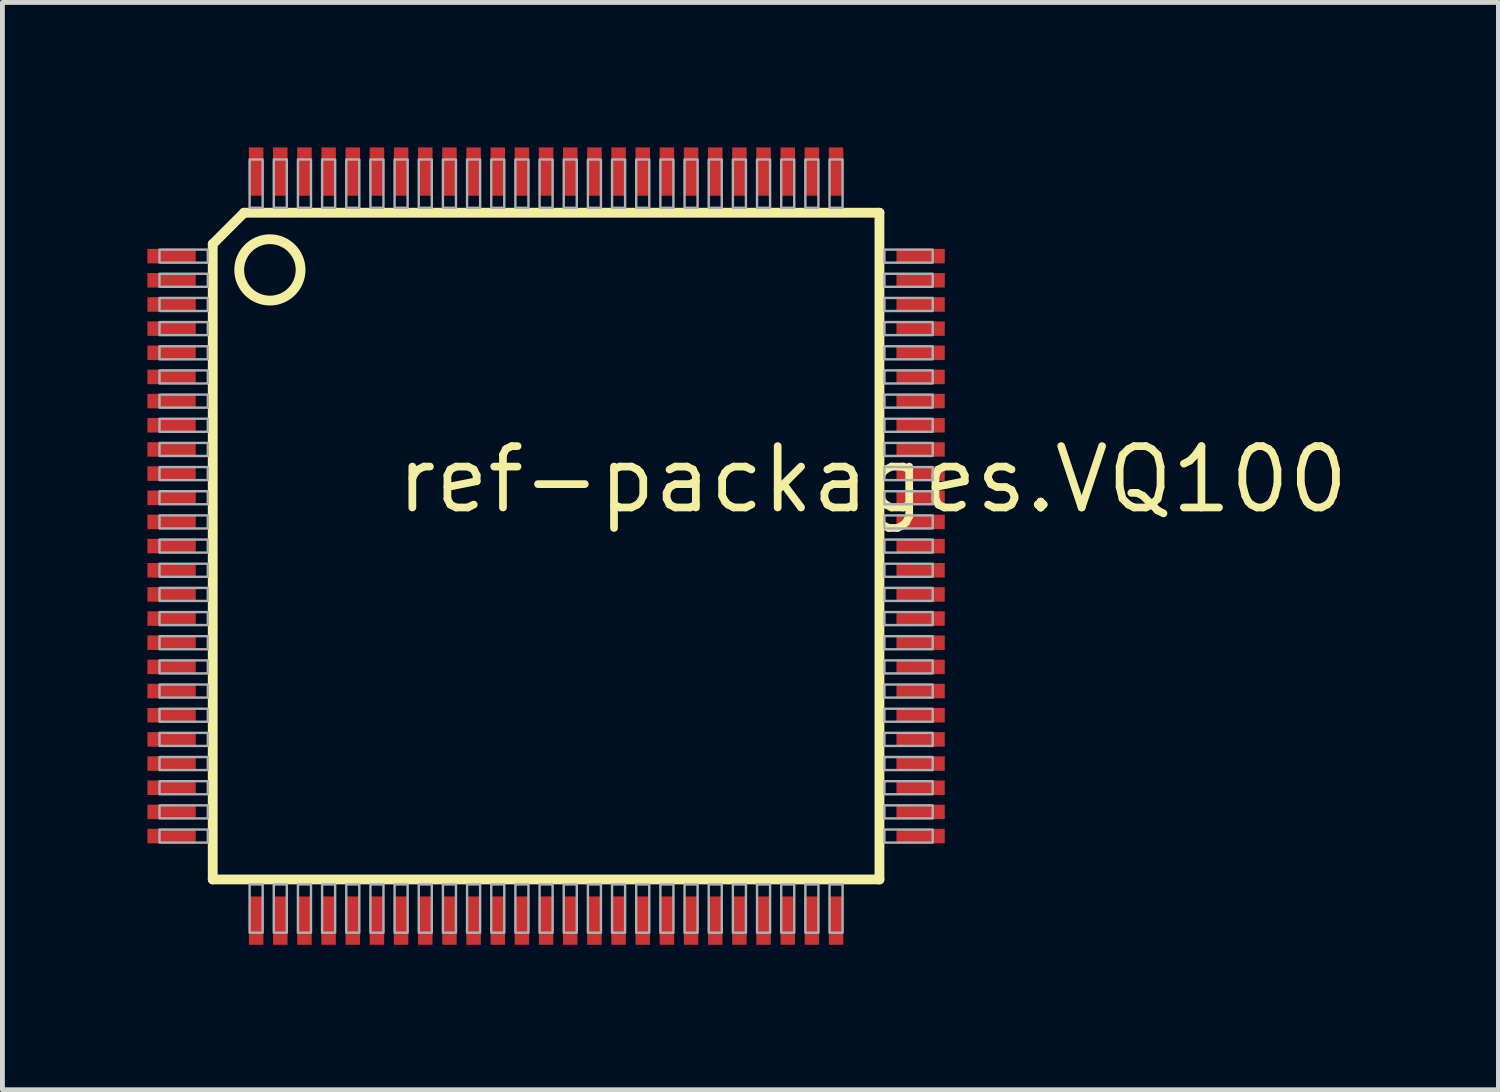
<source format=kicad_pcb>
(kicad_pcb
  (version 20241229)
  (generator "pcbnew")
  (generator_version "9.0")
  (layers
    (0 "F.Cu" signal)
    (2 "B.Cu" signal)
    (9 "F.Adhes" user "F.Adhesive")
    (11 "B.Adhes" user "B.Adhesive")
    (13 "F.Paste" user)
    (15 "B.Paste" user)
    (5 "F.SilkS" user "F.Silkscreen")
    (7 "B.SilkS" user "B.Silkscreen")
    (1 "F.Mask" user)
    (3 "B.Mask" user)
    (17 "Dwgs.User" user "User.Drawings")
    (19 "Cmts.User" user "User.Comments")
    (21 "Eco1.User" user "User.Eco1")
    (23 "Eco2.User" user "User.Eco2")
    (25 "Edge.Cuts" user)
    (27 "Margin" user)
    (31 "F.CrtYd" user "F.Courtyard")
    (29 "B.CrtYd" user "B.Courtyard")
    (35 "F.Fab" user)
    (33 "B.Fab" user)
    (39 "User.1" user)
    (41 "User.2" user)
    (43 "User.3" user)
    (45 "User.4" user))
  (footprint "ref-packages.VQ100"
    (layer "F.Cu")
    (at 8.25 8.25)
    (property "Reference" "ref-packages.VQ100" (at -3.175 -0.635 0) (layer "F.SilkS") (effects (font (size 1.27 1.27) (thickness 0.16)) (justify left bottom)))
    (attr smd)
    (fp_line (start -6.898 -6.25) (end -6.898 6.898) (stroke (width 0.203) (type default)) (layer "F.SilkS"))
    (fp_line (start -6.898 -6.25) (end -6.25 -6.898) (stroke (width 0.203) (type default)) (layer "F.SilkS"))
    (fp_line (start -6.898 6.898) (end 6.898 6.898) (stroke (width 0.203) (type default)) (layer "F.SilkS"))
    (fp_line (start 6.898 -6.898) (end -6.25 -6.898) (stroke (width 0.203) (type default)) (layer "F.SilkS"))
    (fp_line (start 6.898 6.898) (end 6.898 -6.898) (stroke (width 0.203) (type default)) (layer "F.SilkS"))
    (fp_circle (center -5.715 -5.715) (end -5.08 -5.715) (stroke (width 0.203) (type default)) (fill no) (layer "F.SilkS"))
    (fp_rect (start -8 -5.865) (end -7 -6.135) (stroke (width 0.05) (type default)) (fill no) (layer "F.Fab"))
    (fp_rect (start -8 -5.365) (end -7 -5.635) (stroke (width 0.05) (type default)) (fill no) (layer "F.Fab"))
    (fp_rect (start -8 -4.865) (end -7 -5.135) (stroke (width 0.05) (type default)) (fill no) (layer "F.Fab"))
    (fp_rect (start -8 -4.365) (end -7 -4.635) (stroke (width 0.05) (type default)) (fill no) (layer "F.Fab"))
    (fp_rect (start -8 -3.865) (end -7 -4.135) (stroke (width 0.05) (type default)) (fill no) (layer "F.Fab"))
    (fp_rect (start -8 -3.365) (end -7 -3.635) (stroke (width 0.05) (type default)) (fill no) (layer "F.Fab"))
    (fp_rect (start -8 -2.865) (end -7 -3.135) (stroke (width 0.05) (type default)) (fill no) (layer "F.Fab"))
    (fp_rect (start -8 -2.365) (end -7 -2.635) (stroke (width 0.05) (type default)) (fill no) (layer "F.Fab"))
    (fp_rect (start -8 -1.865) (end -7 -2.135) (stroke (width 0.05) (type default)) (fill no) (layer "F.Fab"))
    (fp_rect (start -8 -1.365) (end -7 -1.635) (stroke (width 0.05) (type default)) (fill no) (layer "F.Fab"))
    (fp_rect (start -8 -0.865) (end -7 -1.135) (stroke (width 0.05) (type default)) (fill no) (layer "F.Fab"))
    (fp_rect (start -8 -0.365) (end -7 -0.635) (stroke (width 0.05) (type default)) (fill no) (layer "F.Fab"))
    (fp_rect (start -8 0.135) (end -7 -0.135) (stroke (width 0.05) (type default)) (fill no) (layer "F.Fab"))
    (fp_rect (start -8 0.635) (end -7 0.365) (stroke (width 0.05) (type default)) (fill no) (layer "F.Fab"))
    (fp_rect (start -8 1.135) (end -7 0.865) (stroke (width 0.05) (type default)) (fill no) (layer "F.Fab"))
    (fp_rect (start -8 1.635) (end -7 1.365) (stroke (width 0.05) (type default)) (fill no) (layer "F.Fab"))
    (fp_rect (start -8 2.135) (end -7 1.865) (stroke (width 0.05) (type default)) (fill no) (layer "F.Fab"))
    (fp_rect (start -8 2.635) (end -7 2.365) (stroke (width 0.05) (type default)) (fill no) (layer "F.Fab"))
    (fp_rect (start -8 3.135) (end -7 2.865) (stroke (width 0.05) (type default)) (fill no) (layer "F.Fab"))
    (fp_rect (start -8 3.635) (end -7 3.365) (stroke (width 0.05) (type default)) (fill no) (layer "F.Fab"))
    (fp_rect (start -8 4.135) (end -7 3.865) (stroke (width 0.05) (type default)) (fill no) (layer "F.Fab"))
    (fp_rect (start -8 4.635) (end -7 4.365) (stroke (width 0.05) (type default)) (fill no) (layer "F.Fab"))
    (fp_rect (start -8 5.135) (end -7 4.865) (stroke (width 0.05) (type default)) (fill no) (layer "F.Fab"))
    (fp_rect (start -8 5.635) (end -7 5.365) (stroke (width 0.05) (type default)) (fill no) (layer "F.Fab"))
    (fp_rect (start -8 6.135) (end -7 5.865) (stroke (width 0.05) (type default)) (fill no) (layer "F.Fab"))
    (fp_rect (start -6.135 -7) (end -5.865 -8) (stroke (width 0.05) (type default)) (fill no) (layer "F.Fab"))
    (fp_rect (start -6.135 8) (end -5.865 7) (stroke (width 0.05) (type default)) (fill no) (layer "F.Fab"))
    (fp_rect (start -5.635 -7) (end -5.365 -8) (stroke (width 0.05) (type default)) (fill no) (layer "F.Fab"))
    (fp_rect (start -5.635 8) (end -5.365 7) (stroke (width 0.05) (type default)) (fill no) (layer "F.Fab"))
    (fp_rect (start -5.135 -7) (end -4.865 -8) (stroke (width 0.05) (type default)) (fill no) (layer "F.Fab"))
    (fp_rect (start -5.135 8) (end -4.865 7) (stroke (width 0.05) (type default)) (fill no) (layer "F.Fab"))
    (fp_rect (start -4.635 -7) (end -4.365 -8) (stroke (width 0.05) (type default)) (fill no) (layer "F.Fab"))
    (fp_rect (start -4.635 8) (end -4.365 7) (stroke (width 0.05) (type default)) (fill no) (layer "F.Fab"))
    (fp_rect (start -4.135 -7) (end -3.865 -8) (stroke (width 0.05) (type default)) (fill no) (layer "F.Fab"))
    (fp_rect (start -4.135 8) (end -3.865 7) (stroke (width 0.05) (type default)) (fill no) (layer "F.Fab"))
    (fp_rect (start -3.635 -7) (end -3.365 -8) (stroke (width 0.05) (type default)) (fill no) (layer "F.Fab"))
    (fp_rect (start -3.635 8) (end -3.365 7) (stroke (width 0.05) (type default)) (fill no) (layer "F.Fab"))
    (fp_rect (start -3.135 -7) (end -2.865 -8) (stroke (width 0.05) (type default)) (fill no) (layer "F.Fab"))
    (fp_rect (start -3.135 8) (end -2.865 7) (stroke (width 0.05) (type default)) (fill no) (layer "F.Fab"))
    (fp_rect (start -2.635 -7) (end -2.365 -8) (stroke (width 0.05) (type default)) (fill no) (layer "F.Fab"))
    (fp_rect (start -2.635 8) (end -2.365 7) (stroke (width 0.05) (type default)) (fill no) (layer "F.Fab"))
    (fp_rect (start -2.135 -7) (end -1.865 -8) (stroke (width 0.05) (type default)) (fill no) (layer "F.Fab"))
    (fp_rect (start -2.135 8) (end -1.865 7) (stroke (width 0.05) (type default)) (fill no) (layer "F.Fab"))
    (fp_rect (start -1.635 -7) (end -1.365 -8) (stroke (width 0.05) (type default)) (fill no) (layer "F.Fab"))
    (fp_rect (start -1.635 8) (end -1.365 7) (stroke (width 0.05) (type default)) (fill no) (layer "F.Fab"))
    (fp_rect (start -1.135 -7) (end -0.865 -8) (stroke (width 0.05) (type default)) (fill no) (layer "F.Fab"))
    (fp_rect (start -1.135 8) (end -0.865 7) (stroke (width 0.05) (type default)) (fill no) (layer "F.Fab"))
    (fp_rect (start -0.635 -7) (end -0.365 -8) (stroke (width 0.05) (type default)) (fill no) (layer "F.Fab"))
    (fp_rect (start -0.635 8) (end -0.365 7) (stroke (width 0.05) (type default)) (fill no) (layer "F.Fab"))
    (fp_rect (start -0.135 -7) (end 0.135 -8) (stroke (width 0.05) (type default)) (fill no) (layer "F.Fab"))
    (fp_rect (start -0.135 8) (end 0.135 7) (stroke (width 0.05) (type default)) (fill no) (layer "F.Fab"))
    (fp_rect (start 0.365 -7) (end 0.635 -8) (stroke (width 0.05) (type default)) (fill no) (layer "F.Fab"))
    (fp_rect (start 0.365 8) (end 0.635 7) (stroke (width 0.05) (type default)) (fill no) (layer "F.Fab"))
    (fp_rect (start 0.865 -7) (end 1.135 -8) (stroke (width 0.05) (type default)) (fill no) (layer "F.Fab"))
    (fp_rect (start 0.865 8) (end 1.135 7) (stroke (width 0.05) (type default)) (fill no) (layer "F.Fab"))
    (fp_rect (start 1.365 -7) (end 1.635 -8) (stroke (width 0.05) (type default)) (fill no) (layer "F.Fab"))
    (fp_rect (start 1.365 8) (end 1.635 7) (stroke (width 0.05) (type default)) (fill no) (layer "F.Fab"))
    (fp_rect (start 1.865 -7) (end 2.135 -8) (stroke (width 0.05) (type default)) (fill no) (layer "F.Fab"))
    (fp_rect (start 1.865 8) (end 2.135 7) (stroke (width 0.05) (type default)) (fill no) (layer "F.Fab"))
    (fp_rect (start 2.365 -7) (end 2.635 -8) (stroke (width 0.05) (type default)) (fill no) (layer "F.Fab"))
    (fp_rect (start 2.365 8) (end 2.635 7) (stroke (width 0.05) (type default)) (fill no) (layer "F.Fab"))
    (fp_rect (start 2.865 -7) (end 3.135 -8) (stroke (width 0.05) (type default)) (fill no) (layer "F.Fab"))
    (fp_rect (start 2.865 8) (end 3.135 7) (stroke (width 0.05) (type default)) (fill no) (layer "F.Fab"))
    (fp_rect (start 3.365 -7) (end 3.635 -8) (stroke (width 0.05) (type default)) (fill no) (layer "F.Fab"))
    (fp_rect (start 3.365 8) (end 3.635 7) (stroke (width 0.05) (type default)) (fill no) (layer "F.Fab"))
    (fp_rect (start 3.865 -7) (end 4.135 -8) (stroke (width 0.05) (type default)) (fill no) (layer "F.Fab"))
    (fp_rect (start 3.865 8) (end 4.135 7) (stroke (width 0.05) (type default)) (fill no) (layer "F.Fab"))
    (fp_rect (start 4.365 -7) (end 4.635 -8) (stroke (width 0.05) (type default)) (fill no) (layer "F.Fab"))
    (fp_rect (start 4.365 8) (end 4.635 7) (stroke (width 0.05) (type default)) (fill no) (layer "F.Fab"))
    (fp_rect (start 4.865 -7) (end 5.135 -8) (stroke (width 0.05) (type default)) (fill no) (layer "F.Fab"))
    (fp_rect (start 4.865 8) (end 5.135 7) (stroke (width 0.05) (type default)) (fill no) (layer "F.Fab"))
    (fp_rect (start 5.365 -7) (end 5.635 -8) (stroke (width 0.05) (type default)) (fill no) (layer "F.Fab"))
    (fp_rect (start 5.365 8) (end 5.635 7) (stroke (width 0.05) (type default)) (fill no) (layer "F.Fab"))
    (fp_rect (start 5.865 -7) (end 6.135 -8) (stroke (width 0.05) (type default)) (fill no) (layer "F.Fab"))
    (fp_rect (start 5.865 8) (end 6.135 7) (stroke (width 0.05) (type default)) (fill no) (layer "F.Fab"))
    (fp_rect (start 7 -5.865) (end 8 -6.135) (stroke (width 0.05) (type default)) (fill no) (layer "F.Fab"))
    (fp_rect (start 7 -5.365) (end 8 -5.635) (stroke (width 0.05) (type default)) (fill no) (layer "F.Fab"))
    (fp_rect (start 7 -4.865) (end 8 -5.135) (stroke (width 0.05) (type default)) (fill no) (layer "F.Fab"))
    (fp_rect (start 7 -4.365) (end 8 -4.635) (stroke (width 0.05) (type default)) (fill no) (layer "F.Fab"))
    (fp_rect (start 7 -3.865) (end 8 -4.135) (stroke (width 0.05) (type default)) (fill no) (layer "F.Fab"))
    (fp_rect (start 7 -3.365) (end 8 -3.635) (stroke (width 0.05) (type default)) (fill no) (layer "F.Fab"))
    (fp_rect (start 7 -2.865) (end 8 -3.135) (stroke (width 0.05) (type default)) (fill no) (layer "F.Fab"))
    (fp_rect (start 7 -2.365) (end 8 -2.635) (stroke (width 0.05) (type default)) (fill no) (layer "F.Fab"))
    (fp_rect (start 7 -1.865) (end 8 -2.135) (stroke (width 0.05) (type default)) (fill no) (layer "F.Fab"))
    (fp_rect (start 7 -1.365) (end 8 -1.635) (stroke (width 0.05) (type default)) (fill no) (layer "F.Fab"))
    (fp_rect (start 7 -0.865) (end 8 -1.135) (stroke (width 0.05) (type default)) (fill no) (layer "F.Fab"))
    (fp_rect (start 7 -0.365) (end 8 -0.635) (stroke (width 0.05) (type default)) (fill no) (layer "F.Fab"))
    (fp_rect (start 7 0.135) (end 8 -0.135) (stroke (width 0.05) (type default)) (fill no) (layer "F.Fab"))
    (fp_rect (start 7 0.635) (end 8 0.365) (stroke (width 0.05) (type default)) (fill no) (layer "F.Fab"))
    (fp_rect (start 7 1.135) (end 8 0.865) (stroke (width 0.05) (type default)) (fill no) (layer "F.Fab"))
    (fp_rect (start 7 1.635) (end 8 1.365) (stroke (width 0.05) (type default)) (fill no) (layer "F.Fab"))
    (fp_rect (start 7 2.135) (end 8 1.865) (stroke (width 0.05) (type default)) (fill no) (layer "F.Fab"))
    (fp_rect (start 7 2.635) (end 8 2.365) (stroke (width 0.05) (type default)) (fill no) (layer "F.Fab"))
    (fp_rect (start 7 3.135) (end 8 2.865) (stroke (width 0.05) (type default)) (fill no) (layer "F.Fab"))
    (fp_rect (start 7 3.635) (end 8 3.365) (stroke (width 0.05) (type default)) (fill no) (layer "F.Fab"))
    (fp_rect (start 7 4.135) (end 8 3.865) (stroke (width 0.05) (type default)) (fill no) (layer "F.Fab"))
    (fp_rect (start 7 4.635) (end 8 4.365) (stroke (width 0.05) (type default)) (fill no) (layer "F.Fab"))
    (fp_rect (start 7 5.135) (end 8 4.865) (stroke (width 0.05) (type default)) (fill no) (layer "F.Fab"))
    (fp_rect (start 7 5.635) (end 8 5.365) (stroke (width 0.05) (type default)) (fill no) (layer "F.Fab"))
    (fp_rect (start 7 6.135) (end 8 5.865) (stroke (width 0.05) (type default)) (fill no) (layer "F.Fab"))
    (pad "1" smd roundrect (at -7.75 -6) (size 1 0.3) (layers "F.Cu" "F.Mask" "F.Paste") (roundrect_rratio 0.01))
    (pad "2" smd roundrect (at -7.75 -5.5) (size 1 0.3) (layers "F.Cu" "F.Mask" "F.Paste") (roundrect_rratio 0.01))
    (pad "3" smd roundrect (at -7.75 -5) (size 1 0.3) (layers "F.Cu" "F.Mask" "F.Paste") (roundrect_rratio 0.01))
    (pad "4" smd roundrect (at -7.75 -4.5) (size 1 0.3) (layers "F.Cu" "F.Mask" "F.Paste") (roundrect_rratio 0.01))
    (pad "5" smd roundrect (at -7.75 -4) (size 1 0.3) (layers "F.Cu" "F.Mask" "F.Paste") (roundrect_rratio 0.01))
    (pad "6" smd roundrect (at -7.75 -3.5) (size 1 0.3) (layers "F.Cu" "F.Mask" "F.Paste") (roundrect_rratio 0.01))
    (pad "7" smd roundrect (at -7.75 -3) (size 1 0.3) (layers "F.Cu" "F.Mask" "F.Paste") (roundrect_rratio 0.01))
    (pad "8" smd roundrect (at -7.75 -2.5) (size 1 0.3) (layers "F.Cu" "F.Mask" "F.Paste") (roundrect_rratio 0.01))
    (pad "9" smd roundrect (at -7.75 -2) (size 1 0.3) (layers "F.Cu" "F.Mask" "F.Paste") (roundrect_rratio 0.01))
    (pad "10" smd roundrect (at -7.75 -1.5) (size 1 0.3) (layers "F.Cu" "F.Mask" "F.Paste") (roundrect_rratio 0.01))
    (pad "11" smd roundrect (at -7.75 -1) (size 1 0.3) (layers "F.Cu" "F.Mask" "F.Paste") (roundrect_rratio 0.01))
    (pad "12" smd roundrect (at -7.75 -0.5) (size 1 0.3) (layers "F.Cu" "F.Mask" "F.Paste") (roundrect_rratio 0.01))
    (pad "13" smd roundrect (at -7.75 0) (size 1 0.3) (layers "F.Cu" "F.Mask" "F.Paste") (roundrect_rratio 0.01))
    (pad "14" smd roundrect (at -7.75 0.5) (size 1 0.3) (layers "F.Cu" "F.Mask" "F.Paste") (roundrect_rratio 0.01))
    (pad "15" smd roundrect (at -7.75 1) (size 1 0.3) (layers "F.Cu" "F.Mask" "F.Paste") (roundrect_rratio 0.01))
    (pad "16" smd roundrect (at -7.75 1.5) (size 1 0.3) (layers "F.Cu" "F.Mask" "F.Paste") (roundrect_rratio 0.01))
    (pad "17" smd roundrect (at -7.75 2) (size 1 0.3) (layers "F.Cu" "F.Mask" "F.Paste") (roundrect_rratio 0.01))
    (pad "18" smd roundrect (at -7.75 2.5) (size 1 0.3) (layers "F.Cu" "F.Mask" "F.Paste") (roundrect_rratio 0.01))
    (pad "19" smd roundrect (at -7.75 3) (size 1 0.3) (layers "F.Cu" "F.Mask" "F.Paste") (roundrect_rratio 0.01))
    (pad "20" smd roundrect (at -7.75 3.5) (size 1 0.3) (layers "F.Cu" "F.Mask" "F.Paste") (roundrect_rratio 0.01))
    (pad "21" smd roundrect (at -7.75 4) (size 1 0.3) (layers "F.Cu" "F.Mask" "F.Paste") (roundrect_rratio 0.01))
    (pad "22" smd roundrect (at -7.75 4.5) (size 1 0.3) (layers "F.Cu" "F.Mask" "F.Paste") (roundrect_rratio 0.01))
    (pad "23" smd roundrect (at -7.75 5) (size 1 0.3) (layers "F.Cu" "F.Mask" "F.Paste") (roundrect_rratio 0.01))
    (pad "24" smd roundrect (at -7.75 5.5) (size 1 0.3) (layers "F.Cu" "F.Mask" "F.Paste") (roundrect_rratio 0.01))
    (pad "25" smd roundrect (at -7.75 6) (size 1 0.3) (layers "F.Cu" "F.Mask" "F.Paste") (roundrect_rratio 0.01))
    (pad "26" smd roundrect (at -6 7.75) (size 0.3 1) (layers "F.Cu" "F.Mask" "F.Paste") (roundrect_rratio 0.01))
    (pad "27" smd roundrect (at -5.5 7.75) (size 0.3 1) (layers "F.Cu" "F.Mask" "F.Paste") (roundrect_rratio 0.01))
    (pad "28" smd roundrect (at -5 7.75) (size 0.3 1) (layers "F.Cu" "F.Mask" "F.Paste") (roundrect_rratio 0.01))
    (pad "29" smd roundrect (at -4.5 7.75) (size 0.3 1) (layers "F.Cu" "F.Mask" "F.Paste") (roundrect_rratio 0.01))
    (pad "30" smd roundrect (at -4 7.75) (size 0.3 1) (layers "F.Cu" "F.Mask" "F.Paste") (roundrect_rratio 0.01))
    (pad "31" smd roundrect (at -3.5 7.75) (size 0.3 1) (layers "F.Cu" "F.Mask" "F.Paste") (roundrect_rratio 0.01))
    (pad "32" smd roundrect (at -3 7.75) (size 0.3 1) (layers "F.Cu" "F.Mask" "F.Paste") (roundrect_rratio 0.01))
    (pad "33" smd roundrect (at -2.5 7.75) (size 0.3 1) (layers "F.Cu" "F.Mask" "F.Paste") (roundrect_rratio 0.01))
    (pad "34" smd roundrect (at -2 7.75) (size 0.3 1) (layers "F.Cu" "F.Mask" "F.Paste") (roundrect_rratio 0.01))
    (pad "35" smd roundrect (at -1.5 7.75) (size 0.3 1) (layers "F.Cu" "F.Mask" "F.Paste") (roundrect_rratio 0.01))
    (pad "36" smd roundrect (at -1 7.75) (size 0.3 1) (layers "F.Cu" "F.Mask" "F.Paste") (roundrect_rratio 0.01))
    (pad "37" smd roundrect (at -0.5 7.75) (size 0.3 1) (layers "F.Cu" "F.Mask" "F.Paste") (roundrect_rratio 0.01))
    (pad "38" smd roundrect (at 0 7.75) (size 0.3 1) (layers "F.Cu" "F.Mask" "F.Paste") (roundrect_rratio 0.01))
    (pad "39" smd roundrect (at 0.5 7.75) (size 0.3 1) (layers "F.Cu" "F.Mask" "F.Paste") (roundrect_rratio 0.01))
    (pad "40" smd roundrect (at 1 7.75) (size 0.3 1) (layers "F.Cu" "F.Mask" "F.Paste") (roundrect_rratio 0.01))
    (pad "41" smd roundrect (at 1.5 7.75) (size 0.3 1) (layers "F.Cu" "F.Mask" "F.Paste") (roundrect_rratio 0.01))
    (pad "42" smd roundrect (at 2 7.75) (size 0.3 1) (layers "F.Cu" "F.Mask" "F.Paste") (roundrect_rratio 0.01))
    (pad "43" smd roundrect (at 2.5 7.75) (size 0.3 1) (layers "F.Cu" "F.Mask" "F.Paste") (roundrect_rratio 0.01))
    (pad "44" smd roundrect (at 3 7.75) (size 0.3 1) (layers "F.Cu" "F.Mask" "F.Paste") (roundrect_rratio 0.01))
    (pad "45" smd roundrect (at 3.5 7.75) (size 0.3 1) (layers "F.Cu" "F.Mask" "F.Paste") (roundrect_rratio 0.01))
    (pad "46" smd roundrect (at 4 7.75) (size 0.3 1) (layers "F.Cu" "F.Mask" "F.Paste") (roundrect_rratio 0.01))
    (pad "47" smd roundrect (at 4.5 7.75) (size 0.3 1) (layers "F.Cu" "F.Mask" "F.Paste") (roundrect_rratio 0.01))
    (pad "48" smd roundrect (at 5 7.75) (size 0.3 1) (layers "F.Cu" "F.Mask" "F.Paste") (roundrect_rratio 0.01))
    (pad "49" smd roundrect (at 5.5 7.75) (size 0.3 1) (layers "F.Cu" "F.Mask" "F.Paste") (roundrect_rratio 0.01))
    (pad "50" smd roundrect (at 6 7.75) (size 0.3 1) (layers "F.Cu" "F.Mask" "F.Paste") (roundrect_rratio 0.01))
    (pad "51" smd roundrect (at 7.75 6) (size 1 0.3) (layers "F.Cu" "F.Mask" "F.Paste") (roundrect_rratio 0.01))
    (pad "52" smd roundrect (at 7.75 5.5) (size 1 0.3) (layers "F.Cu" "F.Mask" "F.Paste") (roundrect_rratio 0.01))
    (pad "53" smd roundrect (at 7.75 5) (size 1 0.3) (layers "F.Cu" "F.Mask" "F.Paste") (roundrect_rratio 0.01))
    (pad "54" smd roundrect (at 7.75 4.5) (size 1 0.3) (layers "F.Cu" "F.Mask" "F.Paste") (roundrect_rratio 0.01))
    (pad "55" smd roundrect (at 7.75 4) (size 1 0.3) (layers "F.Cu" "F.Mask" "F.Paste") (roundrect_rratio 0.01))
    (pad "56" smd roundrect (at 7.75 3.5) (size 1 0.3) (layers "F.Cu" "F.Mask" "F.Paste") (roundrect_rratio 0.01))
    (pad "57" smd roundrect (at 7.75 3) (size 1 0.3) (layers "F.Cu" "F.Mask" "F.Paste") (roundrect_rratio 0.01))
    (pad "58" smd roundrect (at 7.75 2.5) (size 1 0.3) (layers "F.Cu" "F.Mask" "F.Paste") (roundrect_rratio 0.01))
    (pad "59" smd roundrect (at 7.75 2) (size 1 0.3) (layers "F.Cu" "F.Mask" "F.Paste") (roundrect_rratio 0.01))
    (pad "60" smd roundrect (at 7.75 1.5) (size 1 0.3) (layers "F.Cu" "F.Mask" "F.Paste") (roundrect_rratio 0.01))
    (pad "61" smd roundrect (at 7.75 1) (size 1 0.3) (layers "F.Cu" "F.Mask" "F.Paste") (roundrect_rratio 0.01))
    (pad "62" smd roundrect (at 7.75 0.5) (size 1 0.3) (layers "F.Cu" "F.Mask" "F.Paste") (roundrect_rratio 0.01))
    (pad "63" smd roundrect (at 7.75 0) (size 1 0.3) (layers "F.Cu" "F.Mask" "F.Paste") (roundrect_rratio 0.01))
    (pad "64" smd roundrect (at 7.75 -0.5) (size 1 0.3) (layers "F.Cu" "F.Mask" "F.Paste") (roundrect_rratio 0.01))
    (pad "65" smd roundrect (at 7.75 -1) (size 1 0.3) (layers "F.Cu" "F.Mask" "F.Paste") (roundrect_rratio 0.01))
    (pad "66" smd roundrect (at 7.75 -1.5) (size 1 0.3) (layers "F.Cu" "F.Mask" "F.Paste") (roundrect_rratio 0.01))
    (pad "67" smd roundrect (at 7.75 -2) (size 1 0.3) (layers "F.Cu" "F.Mask" "F.Paste") (roundrect_rratio 0.01))
    (pad "68" smd roundrect (at 7.75 -2.5) (size 1 0.3) (layers "F.Cu" "F.Mask" "F.Paste") (roundrect_rratio 0.01))
    (pad "69" smd roundrect (at 7.75 -3) (size 1 0.3) (layers "F.Cu" "F.Mask" "F.Paste") (roundrect_rratio 0.01))
    (pad "70" smd roundrect (at 7.75 -3.5) (size 1 0.3) (layers "F.Cu" "F.Mask" "F.Paste") (roundrect_rratio 0.01))
    (pad "71" smd roundrect (at 7.75 -4) (size 1 0.3) (layers "F.Cu" "F.Mask" "F.Paste") (roundrect_rratio 0.01))
    (pad "72" smd roundrect (at 7.75 -4.5) (size 1 0.3) (layers "F.Cu" "F.Mask" "F.Paste") (roundrect_rratio 0.01))
    (pad "73" smd roundrect (at 7.75 -5) (size 1 0.3) (layers "F.Cu" "F.Mask" "F.Paste") (roundrect_rratio 0.01))
    (pad "74" smd roundrect (at 7.75 -5.5) (size 1 0.3) (layers "F.Cu" "F.Mask" "F.Paste") (roundrect_rratio 0.01))
    (pad "75" smd roundrect (at 7.75 -6) (size 1 0.3) (layers "F.Cu" "F.Mask" "F.Paste") (roundrect_rratio 0.01))
    (pad "76" smd roundrect (at 6 -7.75) (size 0.3 1) (layers "F.Cu" "F.Mask" "F.Paste") (roundrect_rratio 0.01))
    (pad "77" smd roundrect (at 5.5 -7.75) (size 0.3 1) (layers "F.Cu" "F.Mask" "F.Paste") (roundrect_rratio 0.01))
    (pad "78" smd roundrect (at 5 -7.75) (size 0.3 1) (layers "F.Cu" "F.Mask" "F.Paste") (roundrect_rratio 0.01))
    (pad "79" smd roundrect (at 4.5 -7.75) (size 0.3 1) (layers "F.Cu" "F.Mask" "F.Paste") (roundrect_rratio 0.01))
    (pad "80" smd roundrect (at 4 -7.75) (size 0.3 1) (layers "F.Cu" "F.Mask" "F.Paste") (roundrect_rratio 0.01))
    (pad "81" smd roundrect (at 3.5 -7.75) (size 0.3 1) (layers "F.Cu" "F.Mask" "F.Paste") (roundrect_rratio 0.01))
    (pad "82" smd roundrect (at 3 -7.75) (size 0.3 1) (layers "F.Cu" "F.Mask" "F.Paste") (roundrect_rratio 0.01))
    (pad "83" smd roundrect (at 2.5 -7.75) (size 0.3 1) (layers "F.Cu" "F.Mask" "F.Paste") (roundrect_rratio 0.01))
    (pad "84" smd roundrect (at 2 -7.75) (size 0.3 1) (layers "F.Cu" "F.Mask" "F.Paste") (roundrect_rratio 0.01))
    (pad "85" smd roundrect (at 1.5 -7.75) (size 0.3 1) (layers "F.Cu" "F.Mask" "F.Paste") (roundrect_rratio 0.01))
    (pad "86" smd roundrect (at 1 -7.75) (size 0.3 1) (layers "F.Cu" "F.Mask" "F.Paste") (roundrect_rratio 0.01))
    (pad "87" smd roundrect (at 0.5 -7.75) (size 0.3 1) (layers "F.Cu" "F.Mask" "F.Paste") (roundrect_rratio 0.01))
    (pad "88" smd roundrect (at 0 -7.75) (size 0.3 1) (layers "F.Cu" "F.Mask" "F.Paste") (roundrect_rratio 0.01))
    (pad "89" smd roundrect (at -0.5 -7.75) (size 0.3 1) (layers "F.Cu" "F.Mask" "F.Paste") (roundrect_rratio 0.01))
    (pad "90" smd roundrect (at -1 -7.75) (size 0.3 1) (layers "F.Cu" "F.Mask" "F.Paste") (roundrect_rratio 0.01))
    (pad "91" smd roundrect (at -1.5 -7.75) (size 0.3 1) (layers "F.Cu" "F.Mask" "F.Paste") (roundrect_rratio 0.01))
    (pad "92" smd roundrect (at -2 -7.75) (size 0.3 1) (layers "F.Cu" "F.Mask" "F.Paste") (roundrect_rratio 0.01))
    (pad "93" smd roundrect (at -2.5 -7.75) (size 0.3 1) (layers "F.Cu" "F.Mask" "F.Paste") (roundrect_rratio 0.01))
    (pad "94" smd roundrect (at -3 -7.75) (size 0.3 1) (layers "F.Cu" "F.Mask" "F.Paste") (roundrect_rratio 0.01))
    (pad "95" smd roundrect (at -3.5 -7.75) (size 0.3 1) (layers "F.Cu" "F.Mask" "F.Paste") (roundrect_rratio 0.01))
    (pad "96" smd roundrect (at -4 -7.75) (size 0.3 1) (layers "F.Cu" "F.Mask" "F.Paste") (roundrect_rratio 0.01))
    (pad "97" smd roundrect (at -4.5 -7.75) (size 0.3 1) (layers "F.Cu" "F.Mask" "F.Paste") (roundrect_rratio 0.01))
    (pad "98" smd roundrect (at -5 -7.75) (size 0.3 1) (layers "F.Cu" "F.Mask" "F.Paste") (roundrect_rratio 0.01))
    (pad "99" smd roundrect (at -5.5 -7.75) (size 0.3 1) (layers "F.Cu" "F.Mask" "F.Paste") (roundrect_rratio 0.01))
    (pad "100" smd roundrect (at -6 -7.75) (size 0.3 1) (layers "F.Cu" "F.Mask" "F.Paste") (roundrect_rratio 0.01)))
  (gr_rect
    (start -3 -3)
    (end 27.956 19.5)
    (stroke (width 0.1) (type default))
    (fill no)
    (layer "Edge.Cuts")))
</source>
